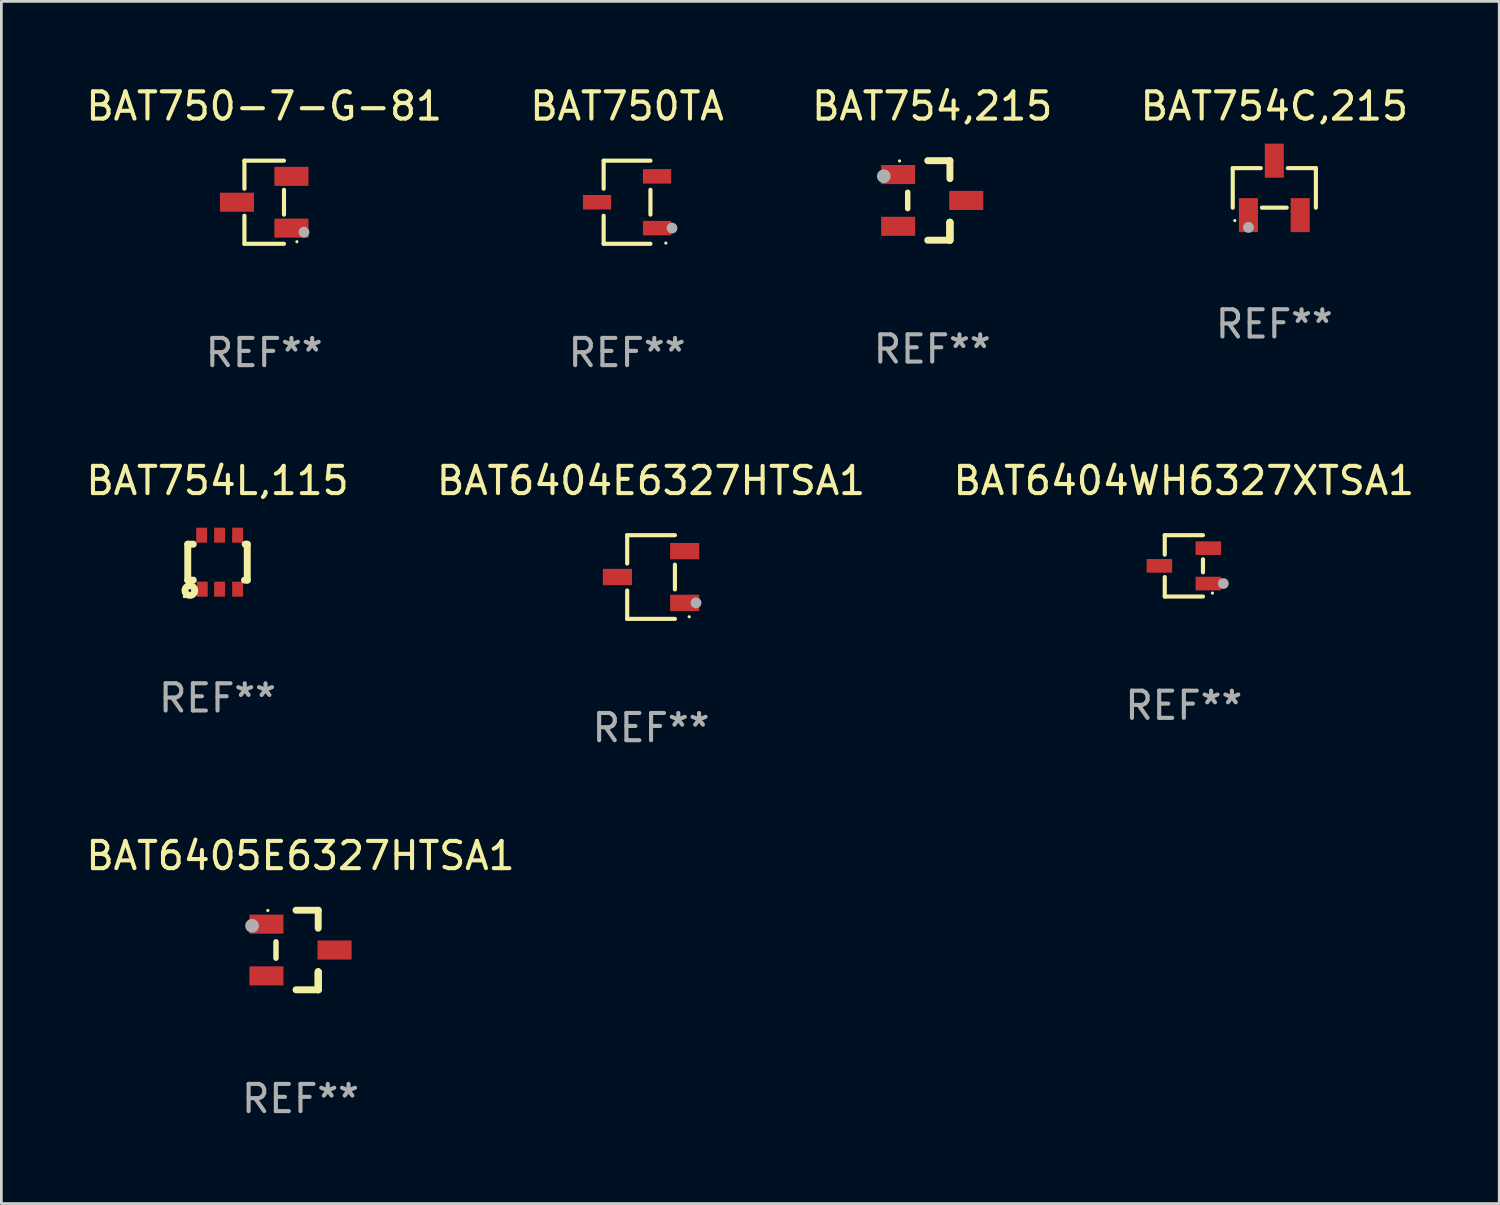
<source format=kicad_pcb>
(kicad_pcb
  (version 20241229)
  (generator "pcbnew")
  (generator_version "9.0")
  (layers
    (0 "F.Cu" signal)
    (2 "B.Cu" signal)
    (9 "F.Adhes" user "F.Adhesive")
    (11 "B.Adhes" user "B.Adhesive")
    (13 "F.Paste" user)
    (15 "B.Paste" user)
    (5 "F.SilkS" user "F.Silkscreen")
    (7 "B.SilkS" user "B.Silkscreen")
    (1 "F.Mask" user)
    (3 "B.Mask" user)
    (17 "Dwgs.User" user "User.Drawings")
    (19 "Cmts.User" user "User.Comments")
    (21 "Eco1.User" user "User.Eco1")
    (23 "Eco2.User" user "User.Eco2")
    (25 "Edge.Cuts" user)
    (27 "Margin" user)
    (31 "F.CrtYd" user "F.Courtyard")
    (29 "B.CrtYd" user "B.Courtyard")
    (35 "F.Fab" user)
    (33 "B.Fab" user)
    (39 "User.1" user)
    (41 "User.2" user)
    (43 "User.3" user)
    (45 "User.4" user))
  (footprint "BAT754L,115"
    (layer "F.Cu")
    (at 4.935 17.588)
    (property "Reference" "BAT754L,115" (at 0 -2.991 0) (layer "F.SilkS") (effects (font (size 1 1) (thickness 0.15))))
    (attr through_hole)
    (fp_line (start -1.092 -0.66) (end -0.889 -0.66) (stroke (width 0.254) (type solid)) (layer "F.SilkS"))
    (fp_line (start -1.092 0.66) (end -1.092 -0.66) (stroke (width 0.254) (type solid)) (layer "F.SilkS"))
    (fp_line (start -0.889 0.66) (end -1.092 0.66) (stroke (width 0.254) (type solid)) (layer "F.SilkS"))
    (fp_line (start 0.991 0.66) (end 1.092 0.66) (stroke (width 0.254) (type solid)) (layer "F.SilkS"))
    (fp_line (start 1.092 -0.66) (end 1.016 -0.66) (stroke (width 0.254) (type solid)) (layer "F.SilkS"))
    (fp_line (start 1.092 0.66) (end 1.092 -0.66) (stroke (width 0.254) (type solid)) (layer "F.SilkS"))
    (fp_circle (center -1.219 1.266) (end -1.189 1.266) (stroke (width 0.06) (type solid)) (fill no) (layer "F.SilkS"))
    (fp_circle (center -1.016 1.041) (end -0.965 1.041) (stroke (width 0.254) (type solid)) (fill no) (layer "F.SilkS"))
    (fp_text user "REF**" (at 0 4.991 0) (layer "F.Fab") (effects (font (size 1 1) (thickness 0.15))))
    (pad "1" smd rect (at -0.559 0.991 180) (size 0.399 0.551) (layers "F.Cu" "F.Mask" "F.Paste"))
    (pad "2" smd rect (at 0.076 0.991 180) (size 0.399 0.551) (layers "F.Cu" "F.Mask" "F.Paste"))
    (pad "3" smd rect (at 0.737 0.991 180) (size 0.399 0.551) (layers "F.Cu" "F.Mask" "F.Paste"))
    (pad "4" smd rect (at 0.737 -0.991 180) (size 0.399 0.551) (layers "F.Cu" "F.Mask" "F.Paste"))
    (pad "5" smd rect (at 0.076 -0.991 180) (size 0.399 0.551) (layers "F.Cu" "F.Mask" "F.Paste"))
    (pad "6" smd rect (at -0.584 -0.991 180) (size 0.399 0.551) (layers "F.Cu" "F.Mask" "F.Paste")))
  (footprint "BAT750TA"
    (layer "F.Cu")
    (at 19.97 4.374)
    (property "Reference" "BAT750TA" (at 0 -3.526 0) (layer "F.SilkS") (effects (font (size 1 1) (thickness 0.15))))
    (attr through_hole)
    (fp_line (start -0.859 -1.526) (end -0.859 -0.495) (stroke (width 0.152) (type solid)) (layer "F.SilkS"))
    (fp_line (start -0.859 1.526) (end -0.859 0.495) (stroke (width 0.152) (type solid)) (layer "F.SilkS"))
    (fp_line (start 0.859 -1.526) (end -0.859 -1.526) (stroke (width 0.152) (type solid)) (layer "F.SilkS"))
    (fp_line (start 0.859 -0.455) (end 0.859 0.455) (stroke (width 0.152) (type solid)) (layer "F.SilkS"))
    (fp_line (start 0.859 1.526) (end -0.859 1.526) (stroke (width 0.152) (type solid)) (layer "F.SilkS"))
    (fp_circle (center 1.425 1.5) (end 1.455 1.5) (stroke (width 0.06) (type solid)) (fill no) (layer "F.SilkS"))
    (fp_circle (center 1.65 0.95) (end 1.75 0.95) (stroke (width 0.2) (type solid)) (fill no) (layer "F.Fab"))
    (fp_text user "REF**" (at 0 5.526 0) (layer "F.Fab") (effects (font (size 1 1) (thickness 0.15))))
    (pad "1" smd rect (at 1.101 0.95) (size 1.037 0.532) (layers "F.Cu" "F.Mask" "F.Paste"))
    (pad "2" smd rect (at 1.101 -0.95) (size 1.037 0.532) (layers "F.Cu" "F.Mask" "F.Paste"))
    (pad "3" smd rect (at -1.101 0) (size 1.037 0.532) (layers "F.Cu" "F.Mask" "F.Paste")))
  (footprint "BAT750-7-G-81"
    (layer "F.Cu")
    (at 6.649 4.374)
    (property "Reference" "BAT750-7-G-81" (at 0 -3.526 0) (layer "F.SilkS") (effects (font (size 1 1) (thickness 0.15))))
    (attr through_hole)
    (fp_line (start -0.726 -1.526) (end -0.726 -0.495) (stroke (width 0.152) (type solid)) (layer "F.SilkS"))
    (fp_line (start -0.726 1.526) (end -0.726 0.495) (stroke (width 0.152) (type solid)) (layer "F.SilkS"))
    (fp_line (start 0.726 -1.526) (end -0.726 -1.526) (stroke (width 0.152) (type solid)) (layer "F.SilkS"))
    (fp_line (start 0.726 -0.455) (end 0.726 0.455) (stroke (width 0.152) (type solid)) (layer "F.SilkS"))
    (fp_line (start 0.726 1.526) (end -0.726 1.526) (stroke (width 0.152) (type solid)) (layer "F.SilkS"))
    (fp_circle (center 1.2 1.45) (end 1.23 1.45) (stroke (width 0.06) (type solid)) (fill no) (layer "F.SilkS"))
    (fp_circle (center 1.46 1.1) (end 1.56 1.1) (stroke (width 0.2) (type solid)) (fill no) (layer "F.Fab"))
    (fp_text user "REF**" (at 0 5.526 0) (layer "F.Fab") (effects (font (size 1 1) (thickness 0.15))))
    (pad "1" smd rect (at 1 0.95) (size 1.25 0.7) (layers "F.Cu" "F.Mask" "F.Paste"))
    (pad "2" smd rect (at 1 -0.95) (size 1.25 0.7) (layers "F.Cu" "F.Mask" "F.Paste"))
    (pad "3" smd rect (at -1 0) (size 1.25 0.7) (layers "F.Cu" "F.Mask" "F.Paste")))
  (footprint "BAT6404WH6327XTSA1"
    (layer "F.Cu")
    (at 40.411 17.723)
    (property "Reference" "BAT6404WH6327XTSA1" (at 0 -3.126 0) (layer "F.SilkS") (effects (font (size 1 1) (thickness 0.15))))
    (attr through_hole)
    (fp_line (start -0.701 -1.126) (end -0.701 -0.411) (stroke (width 0.152) (type solid)) (layer "F.SilkS"))
    (fp_line (start -0.701 1.126) (end -0.701 0.411) (stroke (width 0.152) (type solid)) (layer "F.SilkS"))
    (fp_line (start 0.701 -1.126) (end -0.701 -1.126) (stroke (width 0.152) (type solid)) (layer "F.SilkS"))
    (fp_line (start 0.701 -0.239) (end 0.701 0.239) (stroke (width 0.152) (type solid)) (layer "F.SilkS"))
    (fp_line (start 0.701 1.126) (end -0.701 1.126) (stroke (width 0.152) (type solid)) (layer "F.SilkS"))
    (fp_circle (center 1.05 1) (end 1.08 1) (stroke (width 0.06) (type solid)) (fill no) (layer "F.SilkS"))
    (fp_circle (center 1.45 0.65) (end 1.55 0.65) (stroke (width 0.2) (type solid)) (fill no) (layer "F.Fab"))
    (fp_text user "REF**" (at 0 5.126 0) (layer "F.Fab") (effects (font (size 1 1) (thickness 0.15))))
    (pad "1" smd rect (at 0.898 0.65) (size 0.936 0.5) (layers "F.Cu" "F.Mask" "F.Paste"))
    (pad "2" smd rect (at 0.898 -0.65) (size 0.936 0.5) (layers "F.Cu" "F.Mask" "F.Paste"))
    (pad "3" smd rect (at -0.898 0) (size 0.936 0.5) (layers "F.Cu" "F.Mask" "F.Paste")))
  (footprint "BAT6405E6327HTSA1"
    (layer "F.Cu")
    (at 7.982 31.826)
    (property "Reference" "BAT6405E6327HTSA1" (at 0 -3.46 0) (layer "F.SilkS") (effects (font (size 1 1) (thickness 0.15))))
    (attr through_hole)
    (fp_line (start -0.9 -0.3) (end -0.9 0.3) (stroke (width 0.2) (type solid)) (layer "F.SilkS"))
    (fp_line (start -0.165 -1.46) (end 0.65 -1.46) (stroke (width 0.254) (type solid)) (layer "F.SilkS"))
    (fp_line (start 0.65 -1.46) (end 0.65 -0.8) (stroke (width 0.254) (type solid)) (layer "F.SilkS"))
    (fp_line (start 0.65 0.8) (end 0.65 1.46) (stroke (width 0.254) (type solid)) (layer "F.SilkS"))
    (fp_line (start 0.65 0.8) (end 0.65 1.46) (stroke (width 0.254) (type solid)) (layer "F.SilkS"))
    (fp_line (start 0.65 1.46) (end -0.165 1.46) (stroke (width 0.254) (type solid)) (layer "F.SilkS"))
    (fp_line (start 0.65 1.46) (end 0.65 0.8) (stroke (width 0.254) (type solid)) (layer "F.SilkS"))
    (fp_circle (center -1.2 -1.45) (end -1.17 -1.45) (stroke (width 0.06) (type solid)) (fill no) (layer "F.SilkS"))
    (fp_circle (center -1.778 -0.889) (end -1.651 -0.889) (stroke (width 0.254) (type solid)) (fill no) (layer "F.Fab"))
    (fp_text user "REF**" (at 0 5.46 0) (layer "F.Fab") (effects (font (size 1 1) (thickness 0.15))))
    (pad "1" smd rect (at -1.25 -0.95 90) (size 0.7 1.25) (layers "F.Cu" "F.Mask" "F.Paste"))
    (pad "2" smd rect (at -1.25 0.95 90) (size 0.7 1.25) (layers "F.Cu" "F.Mask" "F.Paste"))
    (pad "3" smd rect (at 1.25 -0.000051 90) (size 0.7 1.25) (layers "F.Cu" "F.Mask" "F.Paste")))
  (footprint "BAT6404E6327HTSA1"
    (layer "F.Cu")
    (at 20.851 18.133)
    (property "Reference" "BAT6404E6327HTSA1" (at 0 -3.536 0) (layer "F.SilkS") (effects (font (size 1 1) (thickness 0.15))))
    (attr through_hole)
    (fp_line (start -0.876 -1.536) (end -0.876 -0.495) (stroke (width 0.152) (type solid)) (layer "F.SilkS"))
    (fp_line (start -0.876 1.536) (end -0.876 0.495) (stroke (width 0.152) (type solid)) (layer "F.SilkS"))
    (fp_line (start 0.876 -1.536) (end -0.876 -1.536) (stroke (width 0.152) (type solid)) (layer "F.SilkS"))
    (fp_line (start 0.876 -0.455) (end 0.876 0.455) (stroke (width 0.152) (type solid)) (layer "F.SilkS"))
    (fp_line (start 0.876 1.536) (end -0.876 1.536) (stroke (width 0.152) (type solid)) (layer "F.SilkS"))
    (fp_circle (center 1.4 1.46) (end 1.43 1.46) (stroke (width 0.06) (type solid)) (fill no) (layer "F.SilkS"))
    (fp_circle (center 1.651 0.95) (end 1.751 0.95) (stroke (width 0.2) (type solid)) (fill no) (layer "F.Fab"))
    (fp_text user "REF**" (at 0 5.536 0) (layer "F.Fab") (effects (font (size 1 1) (thickness 0.15))))
    (pad "1" smd rect (at 1.235 0.95) (size 1.07 0.6) (layers "F.Cu" "F.Mask" "F.Paste"))
    (pad "2" smd rect (at 1.235 -0.95) (size 1.07 0.6) (layers "F.Cu" "F.Mask" "F.Paste"))
    (pad "3" smd rect (at -1.235 0) (size 1.07 0.6) (layers "F.Cu" "F.Mask" "F.Paste")))
  (footprint "BAT754C,215"
    (layer "F.Cu")
    (at 43.732 3.848)
    (property "Reference" "BAT754C,215" (at 0 -3 0) (layer "F.SilkS") (effects (font (size 1 1) (thickness 0.15))))
    (attr through_hole)
    (fp_line (start -1.526 -0.726) (end -0.495 -0.726) (stroke (width 0.152) (type solid)) (layer "F.SilkS"))
    (fp_line (start -1.526 0.726) (end -1.526 -0.726) (stroke (width 0.152) (type solid)) (layer "F.SilkS"))
    (fp_line (start 0.455 0.726) (end -0.455 0.726) (stroke (width 0.152) (type solid)) (layer "F.SilkS"))
    (fp_line (start 1.526 -0.726) (end 0.495 -0.726) (stroke (width 0.152) (type solid)) (layer "F.SilkS"))
    (fp_line (start 1.526 0.726) (end 1.526 -0.726) (stroke (width 0.152) (type solid)) (layer "F.SilkS"))
    (fp_circle (center -1.45 1.2) (end -1.42 1.2) (stroke (width 0.06) (type solid)) (fill no) (layer "F.SilkS"))
    (fp_circle (center -0.95 1.45) (end -0.85 1.45) (stroke (width 0.2) (type solid)) (fill no) (layer "F.Fab"))
    (fp_text user "REF**" (at 0 5 0) (layer "F.Fab") (effects (font (size 1 1) (thickness 0.15))))
    (pad "1" smd rect (at -0.95 1 270) (size 1.25 0.7) (layers "F.Cu" "F.Mask" "F.Paste"))
    (pad "2" smd rect (at 0.95 1 270) (size 1.25 0.7) (layers "F.Cu" "F.Mask" "F.Paste"))
    (pad "3" smd rect (at 0 -1 270) (size 1.25 0.7) (layers "F.Cu" "F.Mask" "F.Paste")))
  (footprint "BAT754,215"
    (layer "F.Cu")
    (at 31.173 4.308)
    (property "Reference" "BAT754,215" (at 0 -3.46 0) (layer "F.SilkS") (effects (font (size 1 1) (thickness 0.15))))
    (attr through_hole)
    (fp_line (start -0.9 -0.3) (end -0.9 0.3) (stroke (width 0.2) (type solid)) (layer "F.SilkS"))
    (fp_line (start -0.165 -1.46) (end 0.65 -1.46) (stroke (width 0.254) (type solid)) (layer "F.SilkS"))
    (fp_line (start 0.65 -1.46) (end 0.65 -0.8) (stroke (width 0.254) (type solid)) (layer "F.SilkS"))
    (fp_line (start 0.65 0.8) (end 0.65 1.46) (stroke (width 0.254) (type solid)) (layer "F.SilkS"))
    (fp_line (start 0.65 0.8) (end 0.65 1.46) (stroke (width 0.254) (type solid)) (layer "F.SilkS"))
    (fp_line (start 0.65 1.46) (end -0.165 1.46) (stroke (width 0.254) (type solid)) (layer "F.SilkS"))
    (fp_line (start 0.65 1.46) (end 0.65 0.8) (stroke (width 0.254) (type solid)) (layer "F.SilkS"))
    (fp_circle (center -1.2 -1.45) (end -1.17 -1.45) (stroke (width 0.06) (type solid)) (fill no) (layer "F.SilkS"))
    (fp_circle (center -1.778 -0.889) (end -1.651 -0.889) (stroke (width 0.254) (type solid)) (fill no) (layer "F.Fab"))
    (fp_text user "REF**" (at 0 5.46 0) (layer "F.Fab") (effects (font (size 1 1) (thickness 0.15))))
    (pad "1" smd rect (at -1.25 -0.95 90) (size 0.7 1.25) (layers "F.Cu" "F.Mask" "F.Paste"))
    (pad "2" smd rect (at -1.25 0.95 90) (size 0.7 1.25) (layers "F.Cu" "F.Mask" "F.Paste"))
    (pad "3" smd rect (at 1.25 -0.000051 90) (size 0.7 1.25) (layers "F.Cu" "F.Mask" "F.Paste")))
  (gr_rect
    (start -3 -3)
    (end 51.988 41.134)
    (stroke (width 0.1) (type default))
    (fill no)
    (layer "Edge.Cuts")))
</source>
